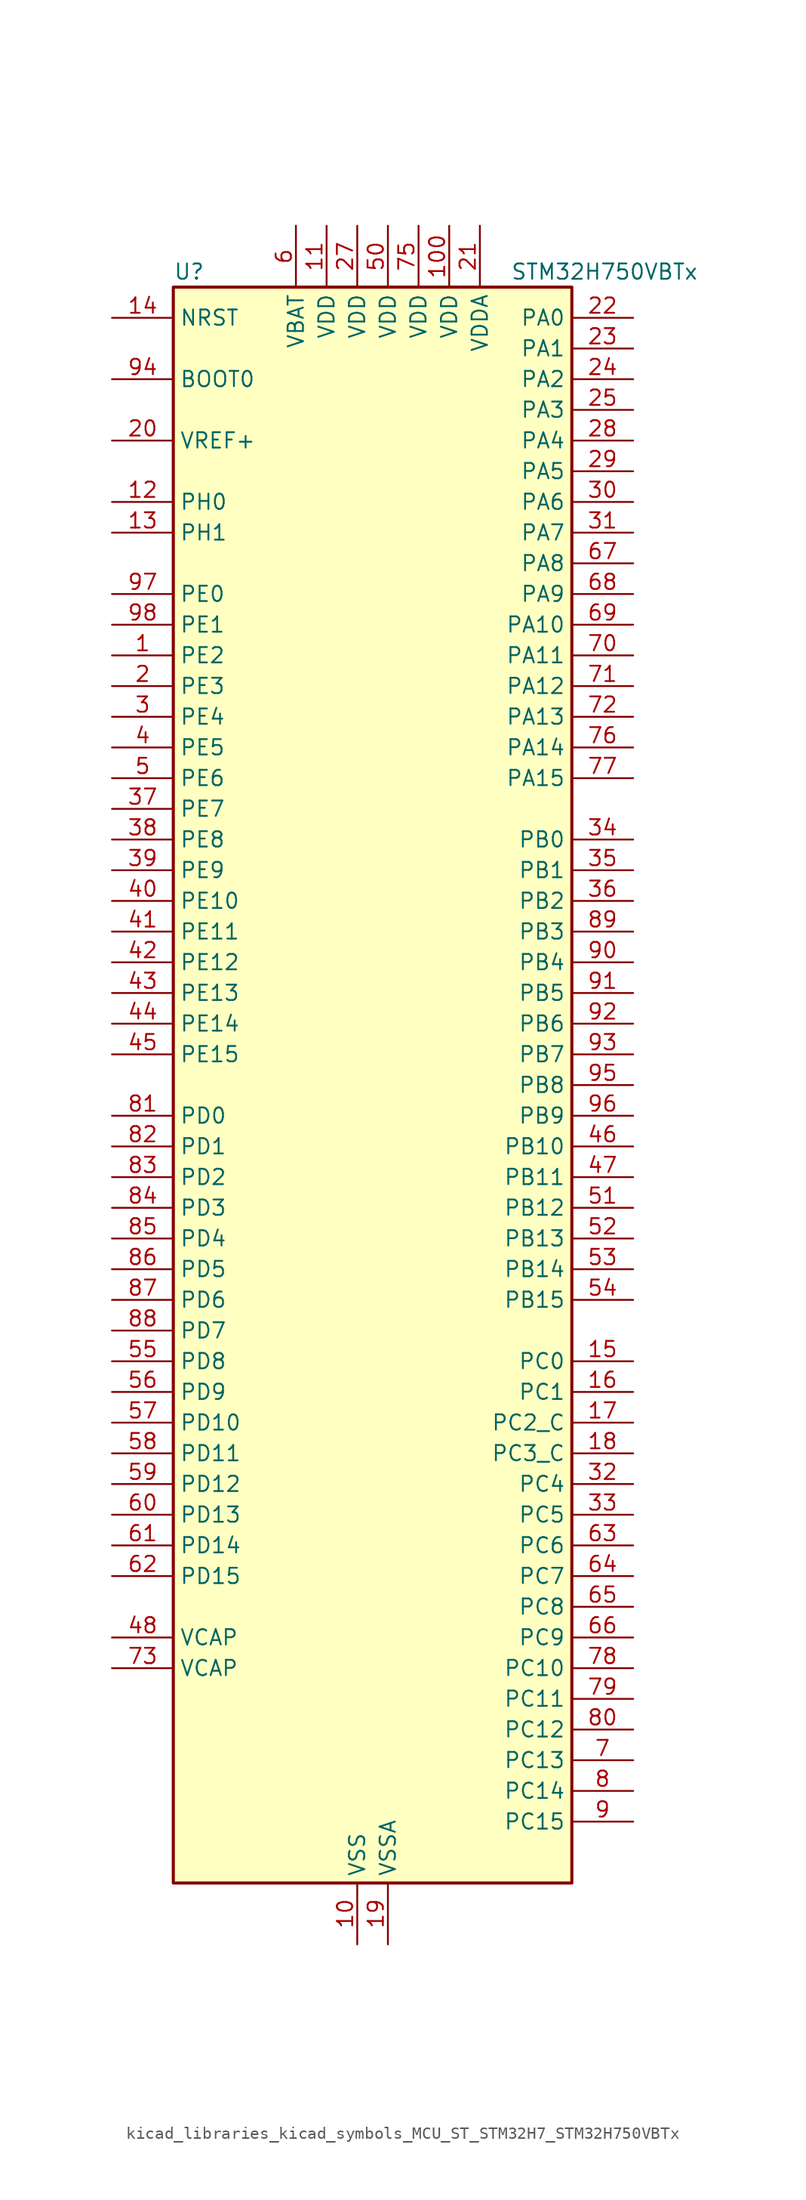
<source format=kicad_sym>
(kicad_symbol_lib
  (version 20220914)
  (generator kicad_symbol_editor)
  (symbol "kicad_libraries_kicad_symbols_MCU_ST_STM32H7_STM32H750VBTx"
    (property "Reference" "U"
      (at -15.24 67.31 0)
      (effects (font (size 1.27 1.27)) (justify left)))
    (property "Value" "STM32H750VBTx"
      (at 12.7 67.31 0)
      (effects (font (size 1.27 1.27)) (justify left)))
    (property "ki_locked" ""
      (at 0 0 0)
      (effects (font (size 1.27 1.27))))
    (symbol "kicad_libraries_kicad_symbols_MCU_ST_STM32H7_STM32H750VBTx_0_1"
      (rectangle (start -15.24 -66.04) (end 17.78 66.04) (stroke (width 0.254) (type default)) (fill (type background))))
    (symbol "kicad_libraries_kicad_symbols_MCU_ST_STM32H7_STM32H750VBTx_1_1"
      (pin bidirectional line (at -20.32 35.56 0) (length 5.08) (name "PE2" (effects (font (size 1.27 1.27)))) (number "1" (effects (font (size 1.27 1.27)))) (alternate "DEBUG_TRACECLK" bidirectional line) (alternate "ETH_TXD3" bidirectional line) (alternate "FMC_A23" bidirectional line) (alternate "QUADSPI_BK1_IO2" bidirectional line) (alternate "SAI1_CK1" bidirectional line) (alternate "SAI1_MCLK_A" bidirectional line) (alternate "SAI4_CK1" bidirectional line) (alternate "SAI4_MCLK_A" bidirectional line) (alternate "SPI4_SCK" bidirectional line))
      (pin power_in line (at 0 -71.12 90) (length 5.08) (name "VSS" (effects (font (size 1.27 1.27)))) (number "10" (effects (font (size 1.27 1.27)))))
      (pin power_in line (at 7.62 71.12 270) (length 5.08) (name "VDD" (effects (font (size 1.27 1.27)))) (number "100" (effects (font (size 1.27 1.27)))))
      (pin power_in line (at -2.54 71.12 270) (length 5.08) (name "VDD" (effects (font (size 1.27 1.27)))) (number "11" (effects (font (size 1.27 1.27)))))
      (pin bidirectional line (at -20.32 48.26 0) (length 5.08) (name "PH0" (effects (font (size 1.27 1.27)))) (number "12" (effects (font (size 1.27 1.27)))) (alternate "RCC_OSC_IN" bidirectional line))
      (pin bidirectional line (at -20.32 45.72 0) (length 5.08) (name "PH1" (effects (font (size 1.27 1.27)))) (number "13" (effects (font (size 1.27 1.27)))) (alternate "RCC_OSC_OUT" bidirectional line))
      (pin input line (at -20.32 63.5 0) (length 5.08) (name "NRST" (effects (font (size 1.27 1.27)))) (number "14" (effects (font (size 1.27 1.27)))))
      (pin bidirectional line (at 22.86 -22.86 180) (length 5.08) (name "PC0" (effects (font (size 1.27 1.27)))) (number "15" (effects (font (size 1.27 1.27)))) (alternate "ADC1_INP10" bidirectional line) (alternate "ADC2_INP10" bidirectional line) (alternate "ADC3_INP10" bidirectional line) (alternate "DFSDM1_CKIN0" bidirectional line) (alternate "DFSDM1_DATIN4" bidirectional line) (alternate "FMC_SDNWE" bidirectional line) (alternate "LTDC_R5" bidirectional line) (alternate "SAI2_FS_B" bidirectional line) (alternate "USB_OTG_HS_ULPI_STP" bidirectional line))
      (pin bidirectional line (at 22.86 -25.4 180) (length 5.08) (name "PC1" (effects (font (size 1.27 1.27)))) (number "16" (effects (font (size 1.27 1.27)))) (alternate "ADC1_INN10" bidirectional line) (alternate "ADC1_INP11" bidirectional line) (alternate "ADC2_INN10" bidirectional line) (alternate "ADC2_INP11" bidirectional line) (alternate "ADC3_INN10" bidirectional line) (alternate "ADC3_INP11" bidirectional line) (alternate "DEBUG_TRACED0" bidirectional line) (alternate "DFSDM1_CKIN4" bidirectional line) (alternate "DFSDM1_DATIN0" bidirectional line) (alternate "ETH_MDC" bidirectional line) (alternate "I2S2_SDO" bidirectional line) (alternate "MDIOS_MDC" bidirectional line) (alternate "PWR_WKUP5" bidirectional line) (alternate "RTC_TAMP3" bidirectional line) (alternate "SAI1_D1" bidirectional line) (alternate "SAI1_SD_A" bidirectional line) (alternate "SAI4_D1" bidirectional line) (alternate "SAI4_SD_A" bidirectional line) (alternate "SDMMC2_CK" bidirectional line) (alternate "SPI2_MOSI" bidirectional line))
      (pin bidirectional line (at 22.86 -27.94 180) (length 5.08) (name "PC2_C" (effects (font (size 1.27 1.27)))) (number "17" (effects (font (size 1.27 1.27)))) (alternate "ADC3_INN1" bidirectional line) (alternate "ADC3_INP0" bidirectional line) (alternate "DFSDM1_CKIN1" bidirectional line) (alternate "DFSDM1_CKOUT" bidirectional line) (alternate "ETH_TXD2" bidirectional line) (alternate "FMC_SDNE0" bidirectional line) (alternate "I2S2_SDI" bidirectional line) (alternate "PWR_CSTOP" bidirectional line) (alternate "SPI2_MISO" bidirectional line) (alternate "USB_OTG_HS_ULPI_DIR" bidirectional line))
      (pin bidirectional line (at 22.86 -30.48 180) (length 5.08) (name "PC3_C" (effects (font (size 1.27 1.27)))) (number "18" (effects (font (size 1.27 1.27)))) (alternate "ADC3_INP1" bidirectional line) (alternate "DFSDM1_DATIN1" bidirectional line) (alternate "ETH_TX_CLK" bidirectional line) (alternate "FMC_SDCKE0" bidirectional line) (alternate "I2S2_SDO" bidirectional line) (alternate "PWR_CSLEEP" bidirectional line) (alternate "SPI2_MOSI" bidirectional line) (alternate "USB_OTG_HS_ULPI_NXT" bidirectional line))
      (pin power_in line (at 2.54 -71.12 90) (length 5.08) (name "VSSA" (effects (font (size 1.27 1.27)))) (number "19" (effects (font (size 1.27 1.27)))))
      (pin bidirectional line (at -20.32 33.02 0) (length 5.08) (name "PE3" (effects (font (size 1.27 1.27)))) (number "2" (effects (font (size 1.27 1.27)))) (alternate "DEBUG_TRACED0" bidirectional line) (alternate "FMC_A19" bidirectional line) (alternate "SAI1_SD_B" bidirectional line) (alternate "SAI4_SD_B" bidirectional line) (alternate "TIM15_BKIN" bidirectional line))
      (pin input line (at -20.32 53.34 0) (length 5.08) (name "VREF+" (effects (font (size 1.27 1.27)))) (number "20" (effects (font (size 1.27 1.27)))) (alternate "VREFBUF_OUT" bidirectional line))
      (pin power_in line (at 10.16 71.12 270) (length 5.08) (name "VDDA" (effects (font (size 1.27 1.27)))) (number "21" (effects (font (size 1.27 1.27)))))
      (pin bidirectional line (at 22.86 63.5 180) (length 5.08) (name "PA0" (effects (font (size 1.27 1.27)))) (number "22" (effects (font (size 1.27 1.27)))) (alternate "ADC1_INP16" bidirectional line) (alternate "ETH_CRS" bidirectional line) (alternate "PWR_WKUP0" bidirectional line) (alternate "SAI2_SD_B" bidirectional line) (alternate "SDMMC2_CMD" bidirectional line) (alternate "TIM15_BKIN" bidirectional line) (alternate "TIM2_CH1" bidirectional line) (alternate "TIM2_ETR" bidirectional line) (alternate "TIM5_CH1" bidirectional line) (alternate "TIM8_ETR" bidirectional line) (alternate "UART4_TX" bidirectional line) (alternate "USART2_CTS" bidirectional line) (alternate "USART2_NSS" bidirectional line))
      (pin bidirectional line (at 22.86 60.96 180) (length 5.08) (name "PA1" (effects (font (size 1.27 1.27)))) (number "23" (effects (font (size 1.27 1.27)))) (alternate "ADC1_INN16" bidirectional line) (alternate "ADC1_INP17" bidirectional line) (alternate "ETH_REF_CLK" bidirectional line) (alternate "ETH_RX_CLK" bidirectional line) (alternate "LPTIM3_OUT" bidirectional line) (alternate "LTDC_R2" bidirectional line) (alternate "QUADSPI_BK1_IO3" bidirectional line) (alternate "SAI2_MCLK_B" bidirectional line) (alternate "TIM15_CH1N" bidirectional line) (alternate "TIM2_CH2" bidirectional line) (alternate "TIM5_CH2" bidirectional line) (alternate "UART4_RX" bidirectional line) (alternate "USART2_DE" bidirectional line) (alternate "USART2_RTS" bidirectional line))
      (pin bidirectional line (at 22.86 58.42 180) (length 5.08) (name "PA2" (effects (font (size 1.27 1.27)))) (number "24" (effects (font (size 1.27 1.27)))) (alternate "ADC1_INP14" bidirectional line) (alternate "ADC2_INP14" bidirectional line) (alternate "ETH_MDIO" bidirectional line) (alternate "LPTIM4_OUT" bidirectional line) (alternate "LTDC_R1" bidirectional line) (alternate "MDIOS_MDIO" bidirectional line) (alternate "PWR_WKUP1" bidirectional line) (alternate "SAI2_SCK_B" bidirectional line) (alternate "TIM15_CH1" bidirectional line) (alternate "TIM2_CH3" bidirectional line) (alternate "TIM5_CH3" bidirectional line) (alternate "USART2_TX" bidirectional line))
      (pin bidirectional line (at 22.86 55.88 180) (length 5.08) (name "PA3" (effects (font (size 1.27 1.27)))) (number "25" (effects (font (size 1.27 1.27)))) (alternate "ADC1_INP15" bidirectional line) (alternate "ADC2_INP15" bidirectional line) (alternate "ETH_COL" bidirectional line) (alternate "LPTIM5_OUT" bidirectional line) (alternate "LTDC_B2" bidirectional line) (alternate "LTDC_B5" bidirectional line) (alternate "TIM15_CH2" bidirectional line) (alternate "TIM2_CH4" bidirectional line) (alternate "TIM5_CH4" bidirectional line) (alternate "USART2_RX" bidirectional line) (alternate "USB_OTG_HS_ULPI_D0" bidirectional line))
      (pin passive line (at 0 -71.12 90) (length 5.08) hide (name "VSS" (effects (font (size 1.27 1.27)))) (number "26" (effects (font (size 1.27 1.27)))))
      (pin power_in line (at 0 71.12 270) (length 5.08) (name "VDD" (effects (font (size 1.27 1.27)))) (number "27" (effects (font (size 1.27 1.27)))))
      (pin bidirectional line (at 22.86 53.34 180) (length 5.08) (name "PA4" (effects (font (size 1.27 1.27)))) (number "28" (effects (font (size 1.27 1.27)))) (alternate "ADC1_INP18" bidirectional line) (alternate "ADC2_INP18" bidirectional line) (alternate "DAC1_OUT1" bidirectional line) (alternate "DCMI_HSYNC" bidirectional line) (alternate "I2S1_WS" bidirectional line) (alternate "I2S3_WS" bidirectional line) (alternate "LTDC_VSYNC" bidirectional line) (alternate "SPI1_NSS" bidirectional line) (alternate "SPI3_NSS" bidirectional line) (alternate "SPI6_NSS" bidirectional line) (alternate "TIM5_ETR" bidirectional line) (alternate "USART2_CK" bidirectional line) (alternate "USB_OTG_HS_SOF" bidirectional line))
      (pin bidirectional line (at 22.86 50.8 180) (length 5.08) (name "PA5" (effects (font (size 1.27 1.27)))) (number "29" (effects (font (size 1.27 1.27)))) (alternate "ADC1_INN18" bidirectional line) (alternate "ADC1_INP19" bidirectional line) (alternate "ADC2_INN18" bidirectional line) (alternate "ADC2_INP19" bidirectional line) (alternate "DAC1_OUT2" bidirectional line) (alternate "I2S1_CK" bidirectional line) (alternate "LTDC_R4" bidirectional line) (alternate "PWR_NDSTOP2" bidirectional line) (alternate "SPI1_SCK" bidirectional line) (alternate "SPI6_SCK" bidirectional line) (alternate "TIM2_CH1" bidirectional line) (alternate "TIM2_ETR" bidirectional line) (alternate "TIM8_CH1N" bidirectional line) (alternate "USB_OTG_HS_ULPI_CK" bidirectional line))
      (pin bidirectional line (at -20.32 30.48 0) (length 5.08) (name "PE4" (effects (font (size 1.27 1.27)))) (number "3" (effects (font (size 1.27 1.27)))) (alternate "DCMI_D4" bidirectional line) (alternate "DEBUG_TRACED1" bidirectional line) (alternate "DFSDM1_DATIN3" bidirectional line) (alternate "FMC_A20" bidirectional line) (alternate "LTDC_B0" bidirectional line) (alternate "SAI1_D2" bidirectional line) (alternate "SAI1_FS_A" bidirectional line) (alternate "SAI4_D2" bidirectional line) (alternate "SAI4_FS_A" bidirectional line) (alternate "SPI4_NSS" bidirectional line) (alternate "TIM15_CH1N" bidirectional line))
      (pin bidirectional line (at 22.86 48.26 180) (length 5.08) (name "PA6" (effects (font (size 1.27 1.27)))) (number "30" (effects (font (size 1.27 1.27)))) (alternate "ADC1_INP3" bidirectional line) (alternate "ADC2_INP3" bidirectional line) (alternate "DCMI_PIXCLK" bidirectional line) (alternate "I2S1_SDI" bidirectional line) (alternate "LTDC_G2" bidirectional line) (alternate "MDIOS_MDC" bidirectional line) (alternate "SPI1_MISO" bidirectional line) (alternate "SPI6_MISO" bidirectional line) (alternate "TIM13_CH1" bidirectional line) (alternate "TIM1_BKIN" bidirectional line) (alternate "TIM1_BKIN_COMP1" bidirectional line) (alternate "TIM1_BKIN_COMP2" bidirectional line) (alternate "TIM3_CH1" bidirectional line) (alternate "TIM8_BKIN" bidirectional line) (alternate "TIM8_BKIN_COMP1" bidirectional line) (alternate "TIM8_BKIN_COMP2" bidirectional line))
      (pin bidirectional line (at 22.86 45.72 180) (length 5.08) (name "PA7" (effects (font (size 1.27 1.27)))) (number "31" (effects (font (size 1.27 1.27)))) (alternate "ADC1_INN3" bidirectional line) (alternate "ADC1_INP7" bidirectional line) (alternate "ADC2_INN3" bidirectional line) (alternate "ADC2_INP7" bidirectional line) (alternate "ETH_CRS_DV" bidirectional line) (alternate "ETH_RX_DV" bidirectional line) (alternate "FMC_SDNWE" bidirectional line) (alternate "I2S1_SDO" bidirectional line) (alternate "OPAMP1_VINM" bidirectional line) (alternate "OPAMP1_VINM1" bidirectional line) (alternate "SPI1_MOSI" bidirectional line) (alternate "SPI6_MOSI" bidirectional line) (alternate "TIM14_CH1" bidirectional line) (alternate "TIM1_CH1N" bidirectional line) (alternate "TIM3_CH2" bidirectional line) (alternate "TIM8_CH1N" bidirectional line))
      (pin bidirectional line (at 22.86 -33.02 180) (length 5.08) (name "PC4" (effects (font (size 1.27 1.27)))) (number "32" (effects (font (size 1.27 1.27)))) (alternate "ADC1_INP4" bidirectional line) (alternate "ADC2_INP4" bidirectional line) (alternate "COMP1_INM" bidirectional line) (alternate "DFSDM1_CKIN2" bidirectional line) (alternate "ETH_RXD0" bidirectional line) (alternate "FMC_SDNE0" bidirectional line) (alternate "I2S1_MCK" bidirectional line) (alternate "OPAMP1_VOUT" bidirectional line) (alternate "SPDIFRX1_IN2" bidirectional line))
      (pin bidirectional line (at 22.86 -35.56 180) (length 5.08) (name "PC5" (effects (font (size 1.27 1.27)))) (number "33" (effects (font (size 1.27 1.27)))) (alternate "ADC1_INN4" bidirectional line) (alternate "ADC1_INP8" bidirectional line) (alternate "ADC2_INN4" bidirectional line) (alternate "ADC2_INP8" bidirectional line) (alternate "COMP1_OUT" bidirectional line) (alternate "DFSDM1_DATIN2" bidirectional line) (alternate "ETH_RXD1" bidirectional line) (alternate "FMC_SDCKE0" bidirectional line) (alternate "OPAMP1_VINM" bidirectional line) (alternate "OPAMP1_VINM0" bidirectional line) (alternate "SAI1_D3" bidirectional line) (alternate "SAI4_D3" bidirectional line) (alternate "SPDIFRX1_IN3" bidirectional line))
      (pin bidirectional line (at 22.86 20.32 180) (length 5.08) (name "PB0" (effects (font (size 1.27 1.27)))) (number "34" (effects (font (size 1.27 1.27)))) (alternate "ADC1_INN5" bidirectional line) (alternate "ADC1_INP9" bidirectional line) (alternate "ADC2_INN5" bidirectional line) (alternate "ADC2_INP9" bidirectional line) (alternate "COMP1_INP" bidirectional line) (alternate "DFSDM1_CKOUT" bidirectional line) (alternate "ETH_RXD2" bidirectional line) (alternate "LTDC_G1" bidirectional line) (alternate "LTDC_R3" bidirectional line) (alternate "OPAMP1_VINP" bidirectional line) (alternate "TIM1_CH2N" bidirectional line) (alternate "TIM3_CH3" bidirectional line) (alternate "TIM8_CH2N" bidirectional line) (alternate "UART4_CTS" bidirectional line) (alternate "USB_OTG_HS_ULPI_D1" bidirectional line))
      (pin bidirectional line (at 22.86 17.78 180) (length 5.08) (name "PB1" (effects (font (size 1.27 1.27)))) (number "35" (effects (font (size 1.27 1.27)))) (alternate "ADC1_INP5" bidirectional line) (alternate "ADC2_INP5" bidirectional line) (alternate "COMP1_INM" bidirectional line) (alternate "DFSDM1_DATIN1" bidirectional line) (alternate "ETH_RXD3" bidirectional line) (alternate "LTDC_G0" bidirectional line) (alternate "LTDC_R6" bidirectional line) (alternate "TIM1_CH3N" bidirectional line) (alternate "TIM3_CH4" bidirectional line) (alternate "TIM8_CH3N" bidirectional line) (alternate "USB_OTG_HS_ULPI_D2" bidirectional line))
      (pin bidirectional line (at 22.86 15.24 180) (length 5.08) (name "PB2" (effects (font (size 1.27 1.27)))) (number "36" (effects (font (size 1.27 1.27)))) (alternate "COMP1_INP" bidirectional line) (alternate "DFSDM1_CKIN1" bidirectional line) (alternate "I2S3_SDO" bidirectional line) (alternate "QUADSPI_CLK" bidirectional line) (alternate "RTC_OUT_ALARM" bidirectional line) (alternate "RTC_OUT_CALIB" bidirectional line) (alternate "SAI1_D1" bidirectional line) (alternate "SAI1_SD_A" bidirectional line) (alternate "SAI4_D1" bidirectional line) (alternate "SAI4_SD_A" bidirectional line) (alternate "SPI3_MOSI" bidirectional line))
      (pin bidirectional line (at -20.32 22.86 0) (length 5.08) (name "PE7" (effects (font (size 1.27 1.27)))) (number "37" (effects (font (size 1.27 1.27)))) (alternate "COMP2_INM" bidirectional line) (alternate "DFSDM1_DATIN2" bidirectional line) (alternate "FMC_D4" bidirectional line) (alternate "FMC_DA4" bidirectional line) (alternate "OPAMP2_VOUT" bidirectional line) (alternate "QUADSPI_BK2_IO0" bidirectional line) (alternate "TIM1_ETR" bidirectional line) (alternate "UART7_RX" bidirectional line))
      (pin bidirectional line (at -20.32 20.32 0) (length 5.08) (name "PE8" (effects (font (size 1.27 1.27)))) (number "38" (effects (font (size 1.27 1.27)))) (alternate "COMP2_OUT" bidirectional line) (alternate "DFSDM1_CKIN2" bidirectional line) (alternate "FMC_D5" bidirectional line) (alternate "FMC_DA5" bidirectional line) (alternate "OPAMP2_VINM" bidirectional line) (alternate "OPAMP2_VINM0" bidirectional line) (alternate "QUADSPI_BK2_IO1" bidirectional line) (alternate "TIM1_CH1N" bidirectional line) (alternate "UART7_TX" bidirectional line))
      (pin bidirectional line (at -20.32 17.78 0) (length 5.08) (name "PE9" (effects (font (size 1.27 1.27)))) (number "39" (effects (font (size 1.27 1.27)))) (alternate "COMP2_INP" bidirectional line) (alternate "DAC1_EXTI9" bidirectional line) (alternate "DFSDM1_CKOUT" bidirectional line) (alternate "FMC_D6" bidirectional line) (alternate "FMC_DA6" bidirectional line) (alternate "OPAMP2_VINP" bidirectional line) (alternate "QUADSPI_BK2_IO2" bidirectional line) (alternate "TIM1_CH1" bidirectional line) (alternate "UART7_DE" bidirectional line) (alternate "UART7_RTS" bidirectional line))
      (pin bidirectional line (at -20.32 27.94 0) (length 5.08) (name "PE5" (effects (font (size 1.27 1.27)))) (number "4" (effects (font (size 1.27 1.27)))) (alternate "DCMI_D6" bidirectional line) (alternate "DEBUG_TRACED2" bidirectional line) (alternate "DFSDM1_CKIN3" bidirectional line) (alternate "FMC_A21" bidirectional line) (alternate "LTDC_G0" bidirectional line) (alternate "SAI1_CK2" bidirectional line) (alternate "SAI1_SCK_A" bidirectional line) (alternate "SAI4_CK2" bidirectional line) (alternate "SAI4_SCK_A" bidirectional line) (alternate "SPI4_MISO" bidirectional line) (alternate "TIM15_CH1" bidirectional line))
      (pin bidirectional line (at -20.32 15.24 0) (length 5.08) (name "PE10" (effects (font (size 1.27 1.27)))) (number "40" (effects (font (size 1.27 1.27)))) (alternate "COMP2_INM" bidirectional line) (alternate "DFSDM1_DATIN4" bidirectional line) (alternate "FMC_D7" bidirectional line) (alternate "FMC_DA7" bidirectional line) (alternate "QUADSPI_BK2_IO3" bidirectional line) (alternate "TIM1_CH2N" bidirectional line) (alternate "UART7_CTS" bidirectional line))
      (pin bidirectional line (at -20.32 12.7 0) (length 5.08) (name "PE11" (effects (font (size 1.27 1.27)))) (number "41" (effects (font (size 1.27 1.27)))) (alternate "ADC1_EXTI11" bidirectional line) (alternate "ADC2_EXTI11" bidirectional line) (alternate "ADC3_EXTI11" bidirectional line) (alternate "COMP2_INP" bidirectional line) (alternate "DFSDM1_CKIN4" bidirectional line) (alternate "FMC_D8" bidirectional line) (alternate "FMC_DA8" bidirectional line) (alternate "LTDC_G3" bidirectional line) (alternate "SAI2_SD_B" bidirectional line) (alternate "SPI4_NSS" bidirectional line) (alternate "TIM1_CH2" bidirectional line))
      (pin bidirectional line (at -20.32 10.16 0) (length 5.08) (name "PE12" (effects (font (size 1.27 1.27)))) (number "42" (effects (font (size 1.27 1.27)))) (alternate "COMP1_OUT" bidirectional line) (alternate "DFSDM1_DATIN5" bidirectional line) (alternate "FMC_D9" bidirectional line) (alternate "FMC_DA9" bidirectional line) (alternate "LTDC_B4" bidirectional line) (alternate "SAI2_SCK_B" bidirectional line) (alternate "SPI4_SCK" bidirectional line) (alternate "TIM1_CH3N" bidirectional line))
      (pin bidirectional line (at -20.32 7.62 0) (length 5.08) (name "PE13" (effects (font (size 1.27 1.27)))) (number "43" (effects (font (size 1.27 1.27)))) (alternate "COMP2_OUT" bidirectional line) (alternate "DFSDM1_CKIN5" bidirectional line) (alternate "FMC_D10" bidirectional line) (alternate "FMC_DA10" bidirectional line) (alternate "LTDC_DE" bidirectional line) (alternate "SAI2_FS_B" bidirectional line) (alternate "SPI4_MISO" bidirectional line) (alternate "TIM1_CH3" bidirectional line))
      (pin bidirectional line (at -20.32 5.08 0) (length 5.08) (name "PE14" (effects (font (size 1.27 1.27)))) (number "44" (effects (font (size 1.27 1.27)))) (alternate "FMC_D11" bidirectional line) (alternate "FMC_DA11" bidirectional line) (alternate "LTDC_CLK" bidirectional line) (alternate "SAI2_MCLK_B" bidirectional line) (alternate "SPI4_MOSI" bidirectional line) (alternate "TIM1_CH4" bidirectional line))
      (pin bidirectional line (at -20.32 2.54 0) (length 5.08) (name "PE15" (effects (font (size 1.27 1.27)))) (number "45" (effects (font (size 1.27 1.27)))) (alternate "ADC1_EXTI15" bidirectional line) (alternate "ADC2_EXTI15" bidirectional line) (alternate "ADC3_EXTI15" bidirectional line) (alternate "FMC_D12" bidirectional line) (alternate "FMC_DA12" bidirectional line) (alternate "LTDC_R7" bidirectional line) (alternate "TIM1_BKIN" bidirectional line) (alternate "TIM1_BKIN_COMP1" bidirectional line) (alternate "TIM1_BKIN_COMP2" bidirectional line))
      (pin bidirectional line (at 22.86 -5.08 180) (length 5.08) (name "PB10" (effects (font (size 1.27 1.27)))) (number "46" (effects (font (size 1.27 1.27)))) (alternate "DFSDM1_DATIN7" bidirectional line) (alternate "ETH_RX_ER" bidirectional line) (alternate "HRTIM_SCOUT" bidirectional line) (alternate "I2C2_SCL" bidirectional line) (alternate "I2S2_CK" bidirectional line) (alternate "LPTIM2_IN1" bidirectional line) (alternate "LTDC_G4" bidirectional line) (alternate "QUADSPI_BK1_NCS" bidirectional line) (alternate "SPI2_SCK" bidirectional line) (alternate "TIM2_CH3" bidirectional line) (alternate "USART3_TX" bidirectional line) (alternate "USB_OTG_HS_ULPI_D3" bidirectional line))
      (pin bidirectional line (at 22.86 -7.62 180) (length 5.08) (name "PB11" (effects (font (size 1.27 1.27)))) (number "47" (effects (font (size 1.27 1.27)))) (alternate "ADC1_EXTI11" bidirectional line) (alternate "ADC2_EXTI11" bidirectional line) (alternate "ADC3_EXTI11" bidirectional line) (alternate "DFSDM1_CKIN7" bidirectional line) (alternate "ETH_TX_EN" bidirectional line) (alternate "HRTIM_SCIN" bidirectional line) (alternate "I2C2_SDA" bidirectional line) (alternate "LPTIM2_ETR" bidirectional line) (alternate "LTDC_G5" bidirectional line) (alternate "TIM2_CH4" bidirectional line) (alternate "USART3_RX" bidirectional line) (alternate "USB_OTG_HS_ULPI_D4" bidirectional line))
      (pin power_out line (at -20.32 -45.72 0) (length 5.08) (name "VCAP" (effects (font (size 1.27 1.27)))) (number "48" (effects (font (size 1.27 1.27)))))
      (pin passive line (at 0 -71.12 90) (length 5.08) hide (name "VSS" (effects (font (size 1.27 1.27)))) (number "49" (effects (font (size 1.27 1.27)))))
      (pin bidirectional line (at -20.32 25.4 0) (length 5.08) (name "PE6" (effects (font (size 1.27 1.27)))) (number "5" (effects (font (size 1.27 1.27)))) (alternate "DCMI_D7" bidirectional line) (alternate "DEBUG_TRACED3" bidirectional line) (alternate "FMC_A22" bidirectional line) (alternate "LTDC_G1" bidirectional line) (alternate "SAI1_D1" bidirectional line) (alternate "SAI1_SD_A" bidirectional line) (alternate "SAI2_MCLK_B" bidirectional line) (alternate "SAI4_D1" bidirectional line) (alternate "SAI4_SD_A" bidirectional line) (alternate "SPI4_MOSI" bidirectional line) (alternate "TIM15_CH2" bidirectional line) (alternate "TIM1_BKIN2" bidirectional line) (alternate "TIM1_BKIN2_COMP1" bidirectional line) (alternate "TIM1_BKIN2_COMP2" bidirectional line))
      (pin power_in line (at 2.54 71.12 270) (length 5.08) (name "VDD" (effects (font (size 1.27 1.27)))) (number "50" (effects (font (size 1.27 1.27)))))
      (pin bidirectional line (at 22.86 -10.16 180) (length 5.08) (name "PB12" (effects (font (size 1.27 1.27)))) (number "51" (effects (font (size 1.27 1.27)))) (alternate "DFSDM1_DATIN1" bidirectional line) (alternate "ETH_TXD0" bidirectional line) (alternate "FDCAN2_RX" bidirectional line) (alternate "I2C2_SMBA" bidirectional line) (alternate "I2S2_WS" bidirectional line) (alternate "SPI2_NSS" bidirectional line) (alternate "TIM1_BKIN" bidirectional line) (alternate "TIM1_BKIN_COMP1" bidirectional line) (alternate "TIM1_BKIN_COMP2" bidirectional line) (alternate "UART5_RX" bidirectional line) (alternate "USART3_CK" bidirectional line) (alternate "USB_OTG_HS_ID" bidirectional line) (alternate "USB_OTG_HS_ULPI_D5" bidirectional line))
      (pin bidirectional line (at 22.86 -12.7 180) (length 5.08) (name "PB13" (effects (font (size 1.27 1.27)))) (number "52" (effects (font (size 1.27 1.27)))) (alternate "DFSDM1_CKIN1" bidirectional line) (alternate "ETH_TXD1" bidirectional line) (alternate "FDCAN2_TX" bidirectional line) (alternate "I2S2_CK" bidirectional line) (alternate "LPTIM2_OUT" bidirectional line) (alternate "SPI2_SCK" bidirectional line) (alternate "TIM1_CH1N" bidirectional line) (alternate "UART5_TX" bidirectional line) (alternate "USART3_CTS" bidirectional line) (alternate "USART3_NSS" bidirectional line) (alternate "USB_OTG_HS_ULPI_D6" bidirectional line) (alternate "USB_OTG_HS_VBUS" bidirectional line))
      (pin bidirectional line (at 22.86 -15.24 180) (length 5.08) (name "PB14" (effects (font (size 1.27 1.27)))) (number "53" (effects (font (size 1.27 1.27)))) (alternate "DFSDM1_DATIN2" bidirectional line) (alternate "I2S2_SDI" bidirectional line) (alternate "SDMMC2_D0" bidirectional line) (alternate "SPI2_MISO" bidirectional line) (alternate "TIM12_CH1" bidirectional line) (alternate "TIM1_CH2N" bidirectional line) (alternate "TIM8_CH2N" bidirectional line) (alternate "UART4_DE" bidirectional line) (alternate "UART4_RTS" bidirectional line) (alternate "USART1_TX" bidirectional line) (alternate "USART3_DE" bidirectional line) (alternate "USART3_RTS" bidirectional line) (alternate "USB_OTG_HS_DM" bidirectional line))
      (pin bidirectional line (at 22.86 -17.78 180) (length 5.08) (name "PB15" (effects (font (size 1.27 1.27)))) (number "54" (effects (font (size 1.27 1.27)))) (alternate "ADC1_EXTI15" bidirectional line) (alternate "ADC2_EXTI15" bidirectional line) (alternate "ADC3_EXTI15" bidirectional line) (alternate "DFSDM1_CKIN2" bidirectional line) (alternate "I2S2_SDO" bidirectional line) (alternate "RTC_REFIN" bidirectional line) (alternate "SDMMC2_D1" bidirectional line) (alternate "SPI2_MOSI" bidirectional line) (alternate "TIM12_CH2" bidirectional line) (alternate "TIM1_CH3N" bidirectional line) (alternate "TIM8_CH3N" bidirectional line) (alternate "UART4_CTS" bidirectional line) (alternate "USART1_RX" bidirectional line) (alternate "USB_OTG_HS_DP" bidirectional line))
      (pin bidirectional line (at -20.32 -22.86 0) (length 5.08) (name "PD8" (effects (font (size 1.27 1.27)))) (number "55" (effects (font (size 1.27 1.27)))) (alternate "DFSDM1_CKIN3" bidirectional line) (alternate "FMC_D13" bidirectional line) (alternate "FMC_DA13" bidirectional line) (alternate "SAI3_SCK_B" bidirectional line) (alternate "SPDIFRX1_IN1" bidirectional line) (alternate "USART3_TX" bidirectional line))
      (pin bidirectional line (at -20.32 -25.4 0) (length 5.08) (name "PD9" (effects (font (size 1.27 1.27)))) (number "56" (effects (font (size 1.27 1.27)))) (alternate "DAC1_EXTI9" bidirectional line) (alternate "DFSDM1_DATIN3" bidirectional line) (alternate "FMC_D14" bidirectional line) (alternate "FMC_DA14" bidirectional line) (alternate "SAI3_SD_B" bidirectional line) (alternate "USART3_RX" bidirectional line))
      (pin bidirectional line (at -20.32 -27.94 0) (length 5.08) (name "PD10" (effects (font (size 1.27 1.27)))) (number "57" (effects (font (size 1.27 1.27)))) (alternate "DFSDM1_CKOUT" bidirectional line) (alternate "FMC_D15" bidirectional line) (alternate "FMC_DA15" bidirectional line) (alternate "LTDC_B3" bidirectional line) (alternate "SAI3_FS_B" bidirectional line) (alternate "USART3_CK" bidirectional line))
      (pin bidirectional line (at -20.32 -30.48 0) (length 5.08) (name "PD11" (effects (font (size 1.27 1.27)))) (number "58" (effects (font (size 1.27 1.27)))) (alternate "ADC1_EXTI11" bidirectional line) (alternate "ADC2_EXTI11" bidirectional line) (alternate "ADC3_EXTI11" bidirectional line) (alternate "FMC_A16" bidirectional line) (alternate "FMC_CLE" bidirectional line) (alternate "I2C4_SMBA" bidirectional line) (alternate "LPTIM2_IN2" bidirectional line) (alternate "QUADSPI_BK1_IO0" bidirectional line) (alternate "SAI2_SD_A" bidirectional line) (alternate "USART3_CTS" bidirectional line) (alternate "USART3_NSS" bidirectional line))
      (pin bidirectional line (at -20.32 -33.02 0) (length 5.08) (name "PD12" (effects (font (size 1.27 1.27)))) (number "59" (effects (font (size 1.27 1.27)))) (alternate "FMC_A17" bidirectional line) (alternate "FMC_ALE" bidirectional line) (alternate "I2C4_SCL" bidirectional line) (alternate "LPTIM1_IN1" bidirectional line) (alternate "LPTIM2_IN1" bidirectional line) (alternate "QUADSPI_BK1_IO1" bidirectional line) (alternate "SAI2_FS_A" bidirectional line) (alternate "TIM4_CH1" bidirectional line) (alternate "USART3_DE" bidirectional line) (alternate "USART3_RTS" bidirectional line))
      (pin power_in line (at -5.08 71.12 270) (length 5.08) (name "VBAT" (effects (font (size 1.27 1.27)))) (number "6" (effects (font (size 1.27 1.27)))))
      (pin bidirectional line (at -20.32 -35.56 0) (length 5.08) (name "PD13" (effects (font (size 1.27 1.27)))) (number "60" (effects (font (size 1.27 1.27)))) (alternate "FMC_A18" bidirectional line) (alternate "I2C4_SDA" bidirectional line) (alternate "LPTIM1_OUT" bidirectional line) (alternate "QUADSPI_BK1_IO3" bidirectional line) (alternate "SAI2_SCK_A" bidirectional line) (alternate "TIM4_CH2" bidirectional line))
      (pin bidirectional line (at -20.32 -38.1 0) (length 5.08) (name "PD14" (effects (font (size 1.27 1.27)))) (number "61" (effects (font (size 1.27 1.27)))) (alternate "FMC_D0" bidirectional line) (alternate "FMC_DA0" bidirectional line) (alternate "SAI3_MCLK_B" bidirectional line) (alternate "TIM4_CH3" bidirectional line) (alternate "UART8_CTS" bidirectional line))
      (pin bidirectional line (at -20.32 -40.64 0) (length 5.08) (name "PD15" (effects (font (size 1.27 1.27)))) (number "62" (effects (font (size 1.27 1.27)))) (alternate "ADC1_EXTI15" bidirectional line) (alternate "ADC2_EXTI15" bidirectional line) (alternate "ADC3_EXTI15" bidirectional line) (alternate "FMC_D1" bidirectional line) (alternate "FMC_DA1" bidirectional line) (alternate "SAI3_MCLK_A" bidirectional line) (alternate "TIM4_CH4" bidirectional line) (alternate "UART8_DE" bidirectional line) (alternate "UART8_RTS" bidirectional line))
      (pin bidirectional line (at 22.86 -38.1 180) (length 5.08) (name "PC6" (effects (font (size 1.27 1.27)))) (number "63" (effects (font (size 1.27 1.27)))) (alternate "DCMI_D0" bidirectional line) (alternate "DFSDM1_CKIN3" bidirectional line) (alternate "FMC_NWAIT" bidirectional line) (alternate "HRTIM_CHA1" bidirectional line) (alternate "I2S2_MCK" bidirectional line) (alternate "LTDC_HSYNC" bidirectional line) (alternate "SDMMC1_D0DIR" bidirectional line) (alternate "SDMMC1_D6" bidirectional line) (alternate "SDMMC2_D6" bidirectional line) (alternate "SWPMI1_IO" bidirectional line) (alternate "TIM3_CH1" bidirectional line) (alternate "TIM8_CH1" bidirectional line) (alternate "USART6_TX" bidirectional line))
      (pin bidirectional line (at 22.86 -40.64 180) (length 5.08) (name "PC7" (effects (font (size 1.27 1.27)))) (number "64" (effects (font (size 1.27 1.27)))) (alternate "DCMI_D1" bidirectional line) (alternate "DEBUG_TRGIO" bidirectional line) (alternate "DFSDM1_DATIN3" bidirectional line) (alternate "FMC_NE1" bidirectional line) (alternate "HRTIM_CHA2" bidirectional line) (alternate "I2S3_MCK" bidirectional line) (alternate "LTDC_G6" bidirectional line) (alternate "SDMMC1_D123DIR" bidirectional line) (alternate "SDMMC1_D7" bidirectional line) (alternate "SDMMC2_D7" bidirectional line) (alternate "SWPMI1_TX" bidirectional line) (alternate "TIM3_CH2" bidirectional line) (alternate "TIM8_CH2" bidirectional line) (alternate "USART6_RX" bidirectional line))
      (pin bidirectional line (at 22.86 -43.18 180) (length 5.08) (name "PC8" (effects (font (size 1.27 1.27)))) (number "65" (effects (font (size 1.27 1.27)))) (alternate "DCMI_D2" bidirectional line) (alternate "DEBUG_TRACED1" bidirectional line) (alternate "FMC_NCE" bidirectional line) (alternate "FMC_NE2" bidirectional line) (alternate "HRTIM_CHB1" bidirectional line) (alternate "SDMMC1_D0" bidirectional line) (alternate "SWPMI1_RX" bidirectional line) (alternate "TIM3_CH3" bidirectional line) (alternate "TIM8_CH3" bidirectional line) (alternate "UART5_DE" bidirectional line) (alternate "UART5_RTS" bidirectional line) (alternate "USART6_CK" bidirectional line))
      (pin bidirectional line (at 22.86 -45.72 180) (length 5.08) (name "PC9" (effects (font (size 1.27 1.27)))) (number "66" (effects (font (size 1.27 1.27)))) (alternate "DAC1_EXTI9" bidirectional line) (alternate "DCMI_D3" bidirectional line) (alternate "I2C3_SDA" bidirectional line) (alternate "I2S_CKIN" bidirectional line) (alternate "LTDC_B2" bidirectional line) (alternate "LTDC_G3" bidirectional line) (alternate "QUADSPI_BK1_IO0" bidirectional line) (alternate "RCC_MCO_2" bidirectional line) (alternate "SDMMC1_D1" bidirectional line) (alternate "SWPMI1_SUSPEND" bidirectional line) (alternate "TIM3_CH4" bidirectional line) (alternate "TIM8_CH4" bidirectional line) (alternate "UART5_CTS" bidirectional line))
      (pin bidirectional line (at 22.86 43.18 180) (length 5.08) (name "PA8" (effects (font (size 1.27 1.27)))) (number "67" (effects (font (size 1.27 1.27)))) (alternate "HRTIM_CHB2" bidirectional line) (alternate "I2C3_SCL" bidirectional line) (alternate "LTDC_B3" bidirectional line) (alternate "LTDC_R6" bidirectional line) (alternate "RCC_MCO_1" bidirectional line) (alternate "TIM1_CH1" bidirectional line) (alternate "TIM8_BKIN2" bidirectional line) (alternate "TIM8_BKIN2_COMP1" bidirectional line) (alternate "TIM8_BKIN2_COMP2" bidirectional line) (alternate "UART7_RX" bidirectional line) (alternate "USART1_CK" bidirectional line) (alternate "USB_OTG_FS_SOF" bidirectional line))
      (pin bidirectional line (at 22.86 40.64 180) (length 5.08) (name "PA9" (effects (font (size 1.27 1.27)))) (number "68" (effects (font (size 1.27 1.27)))) (alternate "DAC1_EXTI9" bidirectional line) (alternate "DCMI_D0" bidirectional line) (alternate "HRTIM_CHC1" bidirectional line) (alternate "I2C3_SMBA" bidirectional line) (alternate "I2S2_CK" bidirectional line) (alternate "LPUART1_TX" bidirectional line) (alternate "LTDC_R5" bidirectional line) (alternate "SPI2_SCK" bidirectional line) (alternate "TIM1_CH2" bidirectional line) (alternate "USART1_TX" bidirectional line) (alternate "USB_OTG_FS_VBUS" bidirectional line))
      (pin bidirectional line (at 22.86 38.1 180) (length 5.08) (name "PA10" (effects (font (size 1.27 1.27)))) (number "69" (effects (font (size 1.27 1.27)))) (alternate "DCMI_D1" bidirectional line) (alternate "HRTIM_CHC2" bidirectional line) (alternate "LPUART1_RX" bidirectional line) (alternate "LTDC_B1" bidirectional line) (alternate "LTDC_B4" bidirectional line) (alternate "MDIOS_MDIO" bidirectional line) (alternate "TIM1_CH3" bidirectional line) (alternate "USART1_RX" bidirectional line) (alternate "USB_OTG_FS_ID" bidirectional line))
      (pin bidirectional line (at 22.86 -55.88 180) (length 5.08) (name "PC13" (effects (font (size 1.27 1.27)))) (number "7" (effects (font (size 1.27 1.27)))) (alternate "PWR_WKUP2" bidirectional line) (alternate "RTC_OUT_ALARM" bidirectional line) (alternate "RTC_OUT_CALIB" bidirectional line) (alternate "RTC_TAMP1" bidirectional line) (alternate "RTC_TS" bidirectional line))
      (pin bidirectional line (at 22.86 35.56 180) (length 5.08) (name "PA11" (effects (font (size 1.27 1.27)))) (number "70" (effects (font (size 1.27 1.27)))) (alternate "ADC1_EXTI11" bidirectional line) (alternate "ADC2_EXTI11" bidirectional line) (alternate "ADC3_EXTI11" bidirectional line) (alternate "FDCAN1_RX" bidirectional line) (alternate "HRTIM_CHD1" bidirectional line) (alternate "I2S2_WS" bidirectional line) (alternate "LPUART1_CTS" bidirectional line) (alternate "LTDC_R4" bidirectional line) (alternate "SPI2_NSS" bidirectional line) (alternate "TIM1_CH4" bidirectional line) (alternate "UART4_RX" bidirectional line) (alternate "USART1_CTS" bidirectional line) (alternate "USART1_NSS" bidirectional line) (alternate "USB_OTG_FS_DM" bidirectional line))
      (pin bidirectional line (at 22.86 33.02 180) (length 5.08) (name "PA12" (effects (font (size 1.27 1.27)))) (number "71" (effects (font (size 1.27 1.27)))) (alternate "FDCAN1_TX" bidirectional line) (alternate "HRTIM_CHD2" bidirectional line) (alternate "I2S2_CK" bidirectional line) (alternate "LPUART1_DE" bidirectional line) (alternate "LPUART1_RTS" bidirectional line) (alternate "LTDC_R5" bidirectional line) (alternate "SAI2_FS_B" bidirectional line) (alternate "SPI2_SCK" bidirectional line) (alternate "TIM1_ETR" bidirectional line) (alternate "UART4_TX" bidirectional line) (alternate "USART1_DE" bidirectional line) (alternate "USART1_RTS" bidirectional line) (alternate "USB_OTG_FS_DP" bidirectional line))
      (pin bidirectional line (at 22.86 30.48 180) (length 5.08) (name "PA13" (effects (font (size 1.27 1.27)))) (number "72" (effects (font (size 1.27 1.27)))) (alternate "DEBUG_JTMS-SWDIO" bidirectional line))
      (pin power_out line (at -20.32 -48.26 0) (length 5.08) (name "VCAP" (effects (font (size 1.27 1.27)))) (number "73" (effects (font (size 1.27 1.27)))))
      (pin passive line (at 0 -71.12 90) (length 5.08) hide (name "VSS" (effects (font (size 1.27 1.27)))) (number "74" (effects (font (size 1.27 1.27)))))
      (pin power_in line (at 5.08 71.12 270) (length 5.08) (name "VDD" (effects (font (size 1.27 1.27)))) (number "75" (effects (font (size 1.27 1.27)))))
      (pin bidirectional line (at 22.86 27.94 180) (length 5.08) (name "PA14" (effects (font (size 1.27 1.27)))) (number "76" (effects (font (size 1.27 1.27)))) (alternate "DEBUG_JTCK-SWCLK" bidirectional line))
      (pin bidirectional line (at 22.86 25.4 180) (length 5.08) (name "PA15" (effects (font (size 1.27 1.27)))) (number "77" (effects (font (size 1.27 1.27)))) (alternate "ADC1_EXTI15" bidirectional line) (alternate "ADC2_EXTI15" bidirectional line) (alternate "ADC3_EXTI15" bidirectional line) (alternate "CEC" bidirectional line) (alternate "DEBUG_JTDI" bidirectional line) (alternate "HRTIM_FLT1" bidirectional line) (alternate "I2S1_WS" bidirectional line) (alternate "I2S3_WS" bidirectional line) (alternate "SPI1_NSS" bidirectional line) (alternate "SPI3_NSS" bidirectional line) (alternate "SPI6_NSS" bidirectional line) (alternate "TIM2_CH1" bidirectional line) (alternate "TIM2_ETR" bidirectional line) (alternate "UART4_DE" bidirectional line) (alternate "UART4_RTS" bidirectional line) (alternate "UART7_TX" bidirectional line))
      (pin bidirectional line (at 22.86 -48.26 180) (length 5.08) (name "PC10" (effects (font (size 1.27 1.27)))) (number "78" (effects (font (size 1.27 1.27)))) (alternate "DCMI_D8" bidirectional line) (alternate "DFSDM1_CKIN5" bidirectional line) (alternate "HRTIM_EEV1" bidirectional line) (alternate "I2S3_CK" bidirectional line) (alternate "LTDC_R2" bidirectional line) (alternate "QUADSPI_BK1_IO1" bidirectional line) (alternate "SDMMC1_D2" bidirectional line) (alternate "SPI3_SCK" bidirectional line) (alternate "UART4_TX" bidirectional line) (alternate "USART3_TX" bidirectional line))
      (pin bidirectional line (at 22.86 -50.8 180) (length 5.08) (name "PC11" (effects (font (size 1.27 1.27)))) (number "79" (effects (font (size 1.27 1.27)))) (alternate "ADC1_EXTI11" bidirectional line) (alternate "ADC2_EXTI11" bidirectional line) (alternate "ADC3_EXTI11" bidirectional line) (alternate "DCMI_D4" bidirectional line) (alternate "DFSDM1_DATIN5" bidirectional line) (alternate "HRTIM_FLT2" bidirectional line) (alternate "I2S3_SDI" bidirectional line) (alternate "QUADSPI_BK2_NCS" bidirectional line) (alternate "SDMMC1_D3" bidirectional line) (alternate "SPI3_MISO" bidirectional line) (alternate "UART4_RX" bidirectional line) (alternate "USART3_RX" bidirectional line))
      (pin bidirectional line (at 22.86 -58.42 180) (length 5.08) (name "PC14" (effects (font (size 1.27 1.27)))) (number "8" (effects (font (size 1.27 1.27)))) (alternate "RCC_OSC32_IN" bidirectional line))
      (pin bidirectional line (at 22.86 -53.34 180) (length 5.08) (name "PC12" (effects (font (size 1.27 1.27)))) (number "80" (effects (font (size 1.27 1.27)))) (alternate "DCMI_D9" bidirectional line) (alternate "DEBUG_TRACED3" bidirectional line) (alternate "HRTIM_EEV2" bidirectional line) (alternate "I2S3_SDO" bidirectional line) (alternate "SDMMC1_CK" bidirectional line) (alternate "SPI3_MOSI" bidirectional line) (alternate "UART5_TX" bidirectional line) (alternate "USART3_CK" bidirectional line))
      (pin bidirectional line (at -20.32 -2.54 0) (length 5.08) (name "PD0" (effects (font (size 1.27 1.27)))) (number "81" (effects (font (size 1.27 1.27)))) (alternate "DFSDM1_CKIN6" bidirectional line) (alternate "FDCAN1_RX" bidirectional line) (alternate "FMC_D2" bidirectional line) (alternate "FMC_DA2" bidirectional line) (alternate "SAI3_SCK_A" bidirectional line) (alternate "UART4_RX" bidirectional line))
      (pin bidirectional line (at -20.32 -5.08 0) (length 5.08) (name "PD1" (effects (font (size 1.27 1.27)))) (number "82" (effects (font (size 1.27 1.27)))) (alternate "DFSDM1_DATIN6" bidirectional line) (alternate "FDCAN1_TX" bidirectional line) (alternate "FMC_D3" bidirectional line) (alternate "FMC_DA3" bidirectional line) (alternate "SAI3_SD_A" bidirectional line) (alternate "UART4_TX" bidirectional line))
      (pin bidirectional line (at -20.32 -7.62 0) (length 5.08) (name "PD2" (effects (font (size 1.27 1.27)))) (number "83" (effects (font (size 1.27 1.27)))) (alternate "DCMI_D11" bidirectional line) (alternate "DEBUG_TRACED2" bidirectional line) (alternate "SDMMC1_CMD" bidirectional line) (alternate "TIM3_ETR" bidirectional line) (alternate "UART5_RX" bidirectional line))
      (pin bidirectional line (at -20.32 -10.16 0) (length 5.08) (name "PD3" (effects (font (size 1.27 1.27)))) (number "84" (effects (font (size 1.27 1.27)))) (alternate "DCMI_D5" bidirectional line) (alternate "DFSDM1_CKOUT" bidirectional line) (alternate "FMC_CLK" bidirectional line) (alternate "I2S2_CK" bidirectional line) (alternate "LTDC_G7" bidirectional line) (alternate "SPI2_SCK" bidirectional line) (alternate "USART2_CTS" bidirectional line) (alternate "USART2_NSS" bidirectional line))
      (pin bidirectional line (at -20.32 -12.7 0) (length 5.08) (name "PD4" (effects (font (size 1.27 1.27)))) (number "85" (effects (font (size 1.27 1.27)))) (alternate "FMC_NOE" bidirectional line) (alternate "HRTIM_FLT3" bidirectional line) (alternate "SAI3_FS_A" bidirectional line) (alternate "USART2_DE" bidirectional line) (alternate "USART2_RTS" bidirectional line))
      (pin bidirectional line (at -20.32 -15.24 0) (length 5.08) (name "PD5" (effects (font (size 1.27 1.27)))) (number "86" (effects (font (size 1.27 1.27)))) (alternate "FMC_NWE" bidirectional line) (alternate "HRTIM_EEV3" bidirectional line) (alternate "USART2_TX" bidirectional line))
      (pin bidirectional line (at -20.32 -17.78 0) (length 5.08) (name "PD6" (effects (font (size 1.27 1.27)))) (number "87" (effects (font (size 1.27 1.27)))) (alternate "DCMI_D10" bidirectional line) (alternate "DFSDM1_CKIN4" bidirectional line) (alternate "DFSDM1_DATIN1" bidirectional line) (alternate "FMC_NWAIT" bidirectional line) (alternate "I2S3_SDO" bidirectional line) (alternate "LTDC_B2" bidirectional line) (alternate "SAI1_D1" bidirectional line) (alternate "SAI1_SD_A" bidirectional line) (alternate "SAI4_D1" bidirectional line) (alternate "SAI4_SD_A" bidirectional line) (alternate "SDMMC2_CK" bidirectional line) (alternate "SPI3_MOSI" bidirectional line) (alternate "USART2_RX" bidirectional line))
      (pin bidirectional line (at -20.32 -20.32 0) (length 5.08) (name "PD7" (effects (font (size 1.27 1.27)))) (number "88" (effects (font (size 1.27 1.27)))) (alternate "DFSDM1_CKIN1" bidirectional line) (alternate "DFSDM1_DATIN4" bidirectional line) (alternate "FMC_NE1" bidirectional line) (alternate "I2S1_SDO" bidirectional line) (alternate "SDMMC2_CMD" bidirectional line) (alternate "SPDIFRX1_IN0" bidirectional line) (alternate "SPI1_MOSI" bidirectional line) (alternate "USART2_CK" bidirectional line))
      (pin bidirectional line (at 22.86 12.7 180) (length 5.08) (name "PB3" (effects (font (size 1.27 1.27)))) (number "89" (effects (font (size 1.27 1.27)))) (alternate "CRS_SYNC" bidirectional line) (alternate "DEBUG_JTDO-SWO" bidirectional line) (alternate "HRTIM_FLT4" bidirectional line) (alternate "I2S1_CK" bidirectional line) (alternate "I2S3_CK" bidirectional line) (alternate "SDMMC2_D2" bidirectional line) (alternate "SPI1_SCK" bidirectional line) (alternate "SPI3_SCK" bidirectional line) (alternate "SPI6_SCK" bidirectional line) (alternate "TIM2_CH2" bidirectional line) (alternate "UART7_RX" bidirectional line))
      (pin bidirectional line (at 22.86 -60.96 180) (length 5.08) (name "PC15" (effects (font (size 1.27 1.27)))) (number "9" (effects (font (size 1.27 1.27)))) (alternate "ADC1_EXTI15" bidirectional line) (alternate "ADC2_EXTI15" bidirectional line) (alternate "ADC3_EXTI15" bidirectional line) (alternate "RCC_OSC32_OUT" bidirectional line))
      (pin bidirectional line (at 22.86 10.16 180) (length 5.08) (name "PB4" (effects (font (size 1.27 1.27)))) (number "90" (effects (font (size 1.27 1.27)))) (alternate "DEBUG_JTRST" bidirectional line) (alternate "HRTIM_EEV6" bidirectional line) (alternate "I2S1_SDI" bidirectional line) (alternate "I2S2_WS" bidirectional line) (alternate "I2S3_SDI" bidirectional line) (alternate "SDMMC2_D3" bidirectional line) (alternate "SPI1_MISO" bidirectional line) (alternate "SPI2_NSS" bidirectional line) (alternate "SPI3_MISO" bidirectional line) (alternate "SPI6_MISO" bidirectional line) (alternate "TIM16_BKIN" bidirectional line) (alternate "TIM3_CH1" bidirectional line) (alternate "UART7_TX" bidirectional line))
      (pin bidirectional line (at 22.86 7.62 180) (length 5.08) (name "PB5" (effects (font (size 1.27 1.27)))) (number "91" (effects (font (size 1.27 1.27)))) (alternate "DCMI_D10" bidirectional line) (alternate "ETH_PPS_OUT" bidirectional line) (alternate "FDCAN2_RX" bidirectional line) (alternate "FMC_SDCKE1" bidirectional line) (alternate "HRTIM_EEV7" bidirectional line) (alternate "I2C1_SMBA" bidirectional line) (alternate "I2C4_SMBA" bidirectional line) (alternate "I2S1_SDO" bidirectional line) (alternate "I2S3_SDO" bidirectional line) (alternate "SPI1_MOSI" bidirectional line) (alternate "SPI3_MOSI" bidirectional line) (alternate "SPI6_MOSI" bidirectional line) (alternate "TIM17_BKIN" bidirectional line) (alternate "TIM3_CH2" bidirectional line) (alternate "UART5_RX" bidirectional line) (alternate "USB_OTG_HS_ULPI_D7" bidirectional line))
      (pin bidirectional line (at 22.86 5.08 180) (length 5.08) (name "PB6" (effects (font (size 1.27 1.27)))) (number "92" (effects (font (size 1.27 1.27)))) (alternate "CEC" bidirectional line) (alternate "DCMI_D5" bidirectional line) (alternate "DFSDM1_DATIN5" bidirectional line) (alternate "FDCAN2_TX" bidirectional line) (alternate "FMC_SDNE1" bidirectional line) (alternate "HRTIM_EEV8" bidirectional line) (alternate "I2C1_SCL" bidirectional line) (alternate "I2C4_SCL" bidirectional line) (alternate "LPUART1_TX" bidirectional line) (alternate "QUADSPI_BK1_NCS" bidirectional line) (alternate "TIM16_CH1N" bidirectional line) (alternate "TIM4_CH1" bidirectional line) (alternate "UART5_TX" bidirectional line) (alternate "USART1_TX" bidirectional line))
      (pin bidirectional line (at 22.86 2.54 180) (length 5.08) (name "PB7" (effects (font (size 1.27 1.27)))) (number "93" (effects (font (size 1.27 1.27)))) (alternate "DCMI_VSYNC" bidirectional line) (alternate "DFSDM1_CKIN5" bidirectional line) (alternate "FMC_NL" bidirectional line) (alternate "HRTIM_EEV9" bidirectional line) (alternate "I2C1_SDA" bidirectional line) (alternate "I2C4_SDA" bidirectional line) (alternate "LPUART1_RX" bidirectional line) (alternate "PWR_PVD_IN" bidirectional line) (alternate "TIM17_CH1N" bidirectional line) (alternate "TIM4_CH2" bidirectional line) (alternate "USART1_RX" bidirectional line))
      (pin input line (at -20.32 58.42 0) (length 5.08) (name "BOOT0" (effects (font (size 1.27 1.27)))) (number "94" (effects (font (size 1.27 1.27)))))
      (pin bidirectional line (at 22.86 0 180) (length 5.08) (name "PB8" (effects (font (size 1.27 1.27)))) (number "95" (effects (font (size 1.27 1.27)))) (alternate "DCMI_D6" bidirectional line) (alternate "DFSDM1_CKIN7" bidirectional line) (alternate "ETH_TXD3" bidirectional line) (alternate "FDCAN1_RX" bidirectional line) (alternate "I2C1_SCL" bidirectional line) (alternate "I2C4_SCL" bidirectional line) (alternate "LTDC_B6" bidirectional line) (alternate "SDMMC1_CKIN" bidirectional line) (alternate "SDMMC1_D4" bidirectional line) (alternate "SDMMC2_D4" bidirectional line) (alternate "TIM16_CH1" bidirectional line) (alternate "TIM4_CH3" bidirectional line) (alternate "UART4_RX" bidirectional line))
      (pin bidirectional line (at 22.86 -2.54 180) (length 5.08) (name "PB9" (effects (font (size 1.27 1.27)))) (number "96" (effects (font (size 1.27 1.27)))) (alternate "DAC1_EXTI9" bidirectional line) (alternate "DCMI_D7" bidirectional line) (alternate "DFSDM1_DATIN7" bidirectional line) (alternate "FDCAN1_TX" bidirectional line) (alternate "I2C1_SDA" bidirectional line) (alternate "I2C4_SDA" bidirectional line) (alternate "I2C4_SMBA" bidirectional line) (alternate "I2S2_WS" bidirectional line) (alternate "LTDC_B7" bidirectional line) (alternate "SDMMC1_CDIR" bidirectional line) (alternate "SDMMC1_D5" bidirectional line) (alternate "SDMMC2_D5" bidirectional line) (alternate "SPI2_NSS" bidirectional line) (alternate "TIM17_CH1" bidirectional line) (alternate "TIM4_CH4" bidirectional line) (alternate "UART4_TX" bidirectional line))
      (pin bidirectional line (at -20.32 40.64 0) (length 5.08) (name "PE0" (effects (font (size 1.27 1.27)))) (number "97" (effects (font (size 1.27 1.27)))) (alternate "DCMI_D2" bidirectional line) (alternate "FMC_NBL0" bidirectional line) (alternate "HRTIM_SCIN" bidirectional line) (alternate "LPTIM1_ETR" bidirectional line) (alternate "LPTIM2_ETR" bidirectional line) (alternate "SAI2_MCLK_A" bidirectional line) (alternate "TIM4_ETR" bidirectional line) (alternate "UART8_RX" bidirectional line))
      (pin bidirectional line (at -20.32 38.1 0) (length 5.08) (name "PE1" (effects (font (size 1.27 1.27)))) (number "98" (effects (font (size 1.27 1.27)))) (alternate "DCMI_D3" bidirectional line) (alternate "FMC_NBL1" bidirectional line) (alternate "HRTIM_SCOUT" bidirectional line) (alternate "LPTIM1_IN2" bidirectional line) (alternate "UART8_TX" bidirectional line))
      (pin passive line (at 0 -71.12 90) (length 5.08) hide (name "VSS" (effects (font (size 1.27 1.27)))) (number "99" (effects (font (size 1.27 1.27))))))))
</source>
